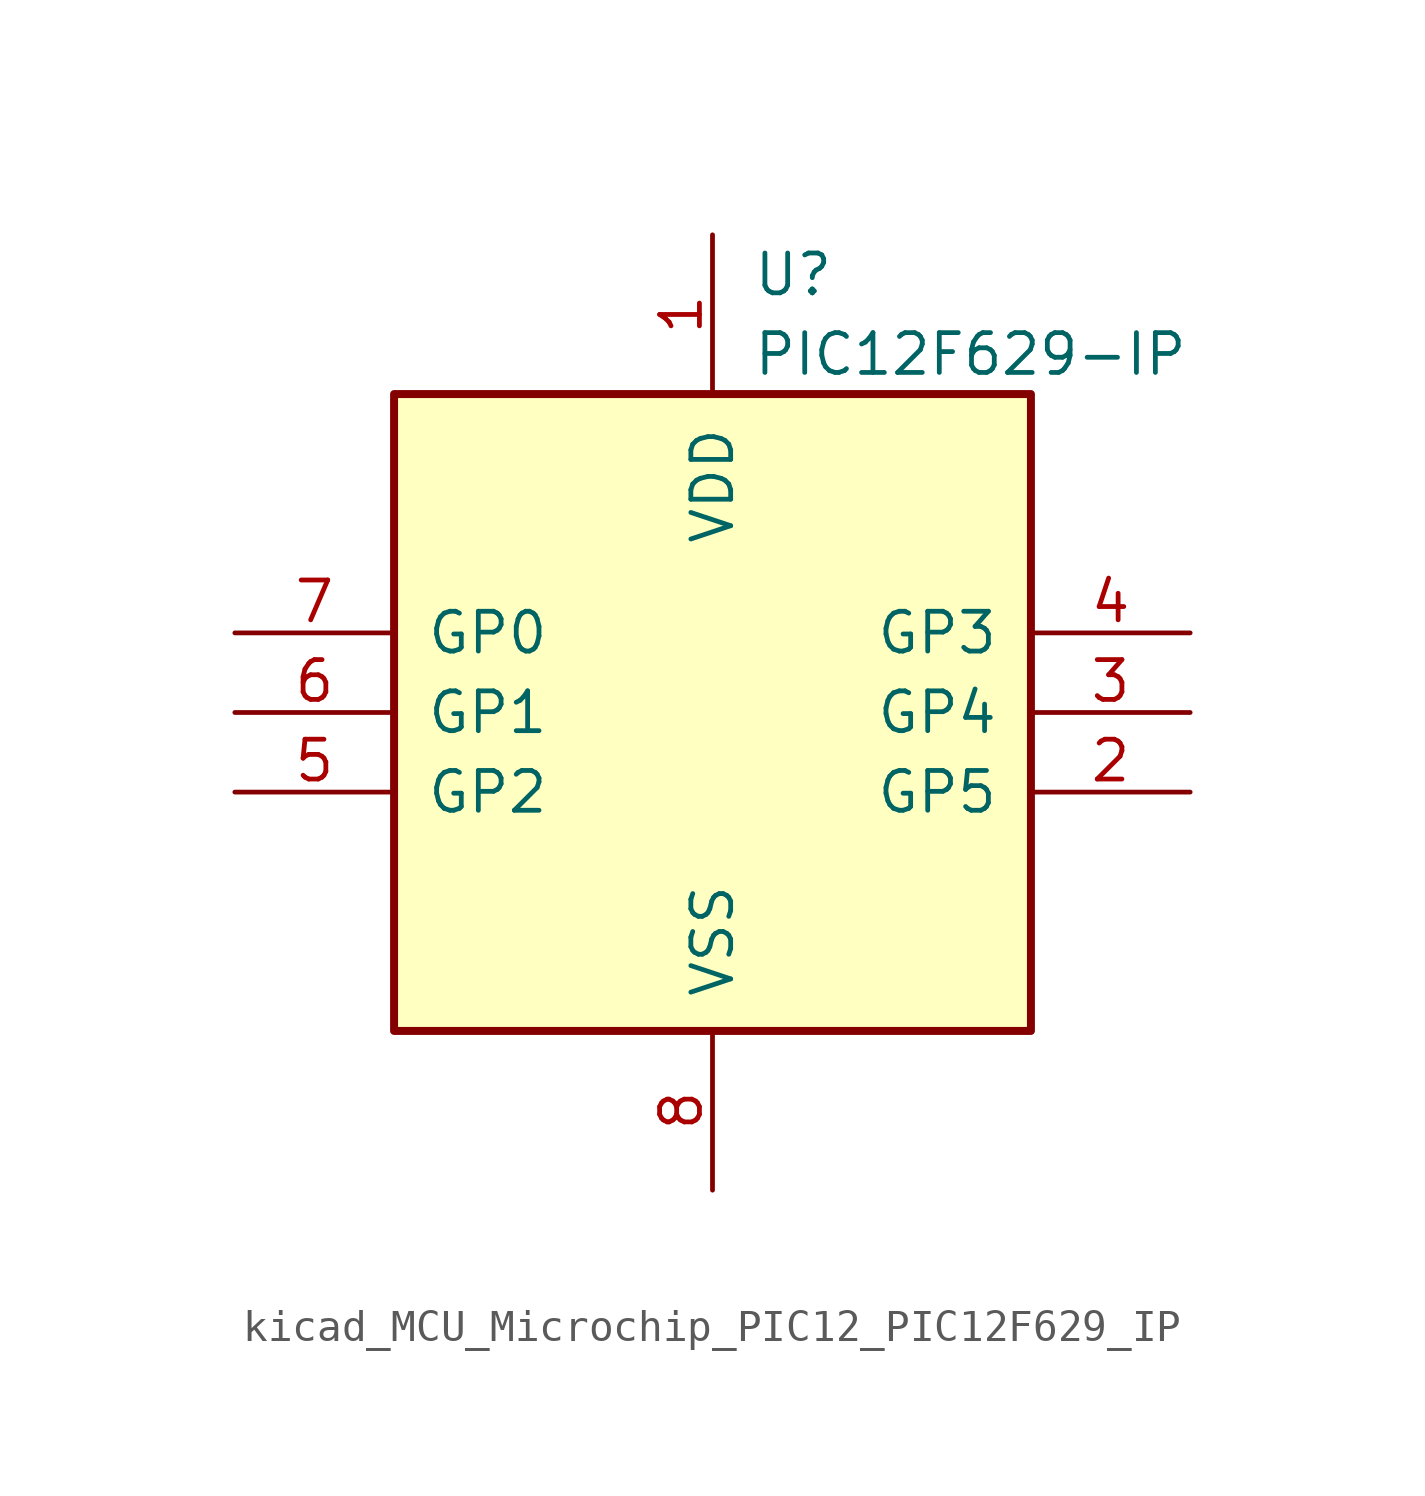
<source format=kicad_sym>
(kicad_symbol_lib
  (version 20220914)
  (generator kicad_symbol_editor)
  (symbol "kicad_MCU_Microchip_PIC12_PIC12F629_IP"
    (pin_names
      (offset 1.016))
    (property "Reference" "U"
      (at 1.27 13.97 0)
      (effects (font (size 1.27 1.27)) (justify left)))
    (property "Value" "PIC12F629-IP"
      (at 1.27 11.43 0)
      (effects (font (size 1.27 1.27)) (justify left)))
    (symbol "kicad_MCU_Microchip_PIC12_PIC12F629_IP_0_1"
      (rectangle (start 10.16 -10.16) (end -10.16 10.16) (stroke (width 0.254) (type default)) (fill (type background))))
    (symbol "kicad_MCU_Microchip_PIC12_PIC12F629_IP_1_1"
      (pin power_in line (at 0 15.24 270) (length 5.08) (name "VDD" (effects (font (size 1.27 1.27)))) (number "1" (effects (font (size 1.27 1.27)))))
      (pin bidirectional line (at 15.24 -2.54 180) (length 5.08) (name "GP5" (effects (font (size 1.27 1.27)))) (number "2" (effects (font (size 1.27 1.27)))))
      (pin bidirectional line (at 15.24 0 180) (length 5.08) (name "GP4" (effects (font (size 1.27 1.27)))) (number "3" (effects (font (size 1.27 1.27)))))
      (pin input line (at 15.24 2.54 180) (length 5.08) (name "GP3" (effects (font (size 1.27 1.27)))) (number "4" (effects (font (size 1.27 1.27)))))
      (pin bidirectional line (at -15.24 -2.54 0) (length 5.08) (name "GP2" (effects (font (size 1.27 1.27)))) (number "5" (effects (font (size 1.27 1.27)))))
      (pin bidirectional line (at -15.24 0 0) (length 5.08) (name "GP1" (effects (font (size 1.27 1.27)))) (number "6" (effects (font (size 1.27 1.27)))))
      (pin bidirectional line (at -15.24 2.54 0) (length 5.08) (name "GP0" (effects (font (size 1.27 1.27)))) (number "7" (effects (font (size 1.27 1.27)))))
      (pin power_in line (at 0 -15.24 90) (length 5.08) (name "VSS" (effects (font (size 1.27 1.27)))) (number "8" (effects (font (size 1.27 1.27))))))))
</source>
